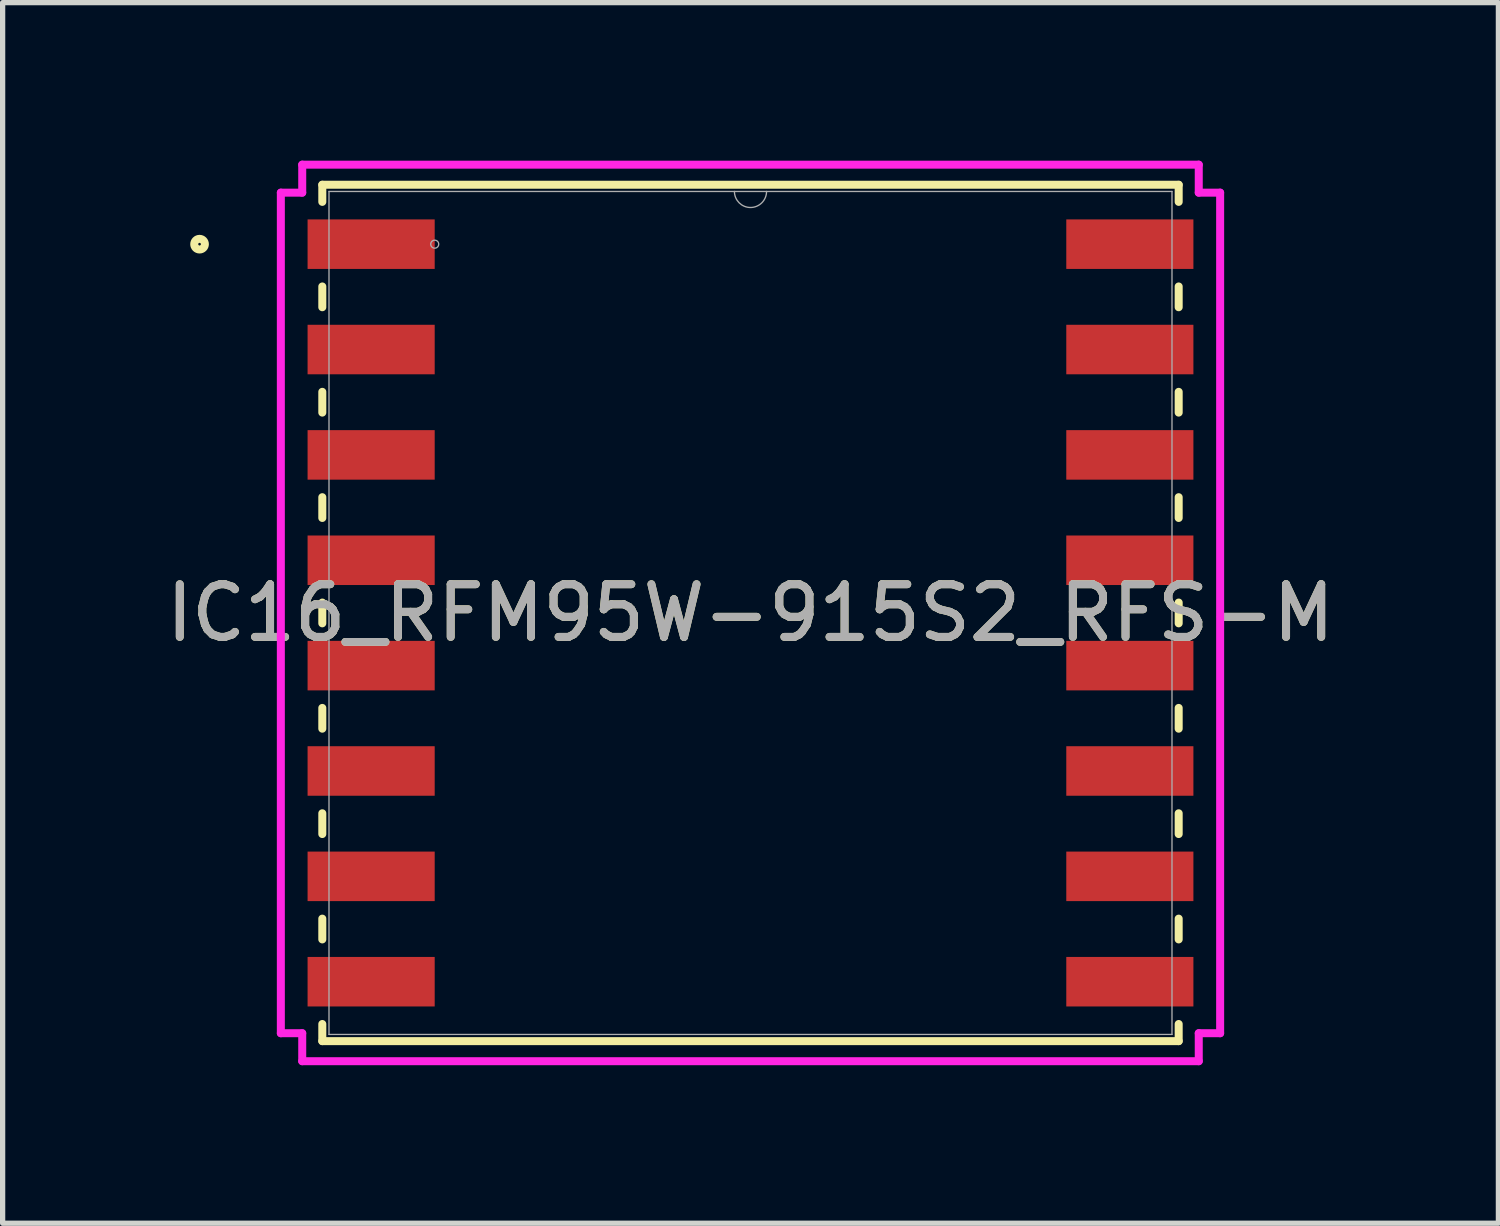
<source format=kicad_pcb>
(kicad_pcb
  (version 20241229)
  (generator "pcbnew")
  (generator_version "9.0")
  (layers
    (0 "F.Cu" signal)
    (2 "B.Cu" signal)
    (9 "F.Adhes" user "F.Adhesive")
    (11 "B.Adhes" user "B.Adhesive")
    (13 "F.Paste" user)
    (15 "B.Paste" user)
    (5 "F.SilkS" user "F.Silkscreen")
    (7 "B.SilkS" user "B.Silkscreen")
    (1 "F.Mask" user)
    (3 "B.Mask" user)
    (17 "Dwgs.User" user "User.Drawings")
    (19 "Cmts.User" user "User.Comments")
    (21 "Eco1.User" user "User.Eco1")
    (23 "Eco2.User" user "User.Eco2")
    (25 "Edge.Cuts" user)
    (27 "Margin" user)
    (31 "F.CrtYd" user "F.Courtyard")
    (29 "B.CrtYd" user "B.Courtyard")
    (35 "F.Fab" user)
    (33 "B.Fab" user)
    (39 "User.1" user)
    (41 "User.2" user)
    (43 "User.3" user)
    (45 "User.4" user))
  (footprint "IC16_RFM95W-915S2_RFS-M"
    (layer "F.Cu")
    (at 11.196 8.585)
    (property "Reference" "IC16_RFM95W-915S2_RFS-M" (at 0 0 0) (unlocked yes) (layer "F.SilkS") (effects (font (size 1 1) (thickness 0.15))))
    (attr smd)
    (fp_line (start -8.128 -8.128) (end -8.128 -7.803) (stroke (width 0.152) (type solid)) (layer "F.SilkS"))
    (fp_line (start -8.128 -6.197) (end -8.128 -5.803) (stroke (width 0.152) (type solid)) (layer "F.SilkS"))
    (fp_line (start -8.128 -4.197) (end -8.128 -3.803) (stroke (width 0.152) (type solid)) (layer "F.SilkS"))
    (fp_line (start -8.128 -2.197) (end -8.128 -1.803) (stroke (width 0.152) (type solid)) (layer "F.SilkS"))
    (fp_line (start -8.128 -0.197) (end -8.128 0.197) (stroke (width 0.152) (type solid)) (layer "F.SilkS"))
    (fp_line (start -8.128 1.803) (end -8.128 2.197) (stroke (width 0.152) (type solid)) (layer "F.SilkS"))
    (fp_line (start -8.128 3.803) (end -8.128 4.197) (stroke (width 0.152) (type solid)) (layer "F.SilkS"))
    (fp_line (start -8.128 5.803) (end -8.128 6.197) (stroke (width 0.152) (type solid)) (layer "F.SilkS"))
    (fp_line (start -8.128 7.803) (end -8.128 8.128) (stroke (width 0.152) (type solid)) (layer "F.SilkS"))
    (fp_line (start -8.128 8.128) (end 8.128 8.128) (stroke (width 0.152) (type solid)) (layer "F.SilkS"))
    (fp_line (start 8.128 -8.128) (end -8.128 -8.128) (stroke (width 0.152) (type solid)) (layer "F.SilkS"))
    (fp_line (start 8.128 -7.803) (end 8.128 -8.128) (stroke (width 0.152) (type solid)) (layer "F.SilkS"))
    (fp_line (start 8.128 -5.803) (end 8.128 -6.197) (stroke (width 0.152) (type solid)) (layer "F.SilkS"))
    (fp_line (start 8.128 -3.803) (end 8.128 -4.197) (stroke (width 0.152) (type solid)) (layer "F.SilkS"))
    (fp_line (start 8.128 -1.803) (end 8.128 -2.197) (stroke (width 0.152) (type solid)) (layer "F.SilkS"))
    (fp_line (start 8.128 0.197) (end 8.128 -0.197) (stroke (width 0.152) (type solid)) (layer "F.SilkS"))
    (fp_line (start 8.128 2.197) (end 8.128 1.803) (stroke (width 0.152) (type solid)) (layer "F.SilkS"))
    (fp_line (start 8.128 4.197) (end 8.128 3.803) (stroke (width 0.152) (type solid)) (layer "F.SilkS"))
    (fp_line (start 8.128 6.197) (end 8.128 5.803) (stroke (width 0.152) (type solid)) (layer "F.SilkS"))
    (fp_line (start 8.128 8.128) (end 8.128 7.803) (stroke (width 0.152) (type solid)) (layer "F.SilkS"))
    (fp_circle (center -10.458 -7) (end -10.357 -7) (stroke (width 0.152) (type solid)) (fill no) (layer "F.SilkS"))
    (fp_line (start -8.915 -7.978) (end -8.509 -7.978) (stroke (width 0.152) (type solid)) (layer "F.CrtYd"))
    (fp_line (start -8.915 7.978) (end -8.915 -7.978) (stroke (width 0.152) (type solid)) (layer "F.CrtYd"))
    (fp_line (start -8.915 7.978) (end -8.509 7.978) (stroke (width 0.152) (type solid)) (layer "F.CrtYd"))
    (fp_line (start -8.509 -8.509) (end 8.509 -8.509) (stroke (width 0.152) (type solid)) (layer "F.CrtYd"))
    (fp_line (start -8.509 -7.978) (end -8.509 -8.509) (stroke (width 0.152) (type solid)) (layer "F.CrtYd"))
    (fp_line (start -8.509 8.509) (end -8.509 7.978) (stroke (width 0.152) (type solid)) (layer "F.CrtYd"))
    (fp_line (start 8.509 -8.509) (end 8.509 -7.978) (stroke (width 0.152) (type solid)) (layer "F.CrtYd"))
    (fp_line (start 8.509 7.978) (end 8.509 8.509) (stroke (width 0.152) (type solid)) (layer "F.CrtYd"))
    (fp_line (start 8.509 8.509) (end -8.509 8.509) (stroke (width 0.152) (type solid)) (layer "F.CrtYd"))
    (fp_line (start 8.915 -7.978) (end 8.509 -7.978) (stroke (width 0.152) (type solid)) (layer "F.CrtYd"))
    (fp_line (start 8.915 -7.978) (end 8.915 7.978) (stroke (width 0.152) (type solid)) (layer "F.CrtYd"))
    (fp_line (start 8.915 7.978) (end 8.509 7.978) (stroke (width 0.152) (type solid)) (layer "F.CrtYd"))
    (fp_line (start -8.001 -8.001) (end -8.001 8.001) (stroke (width 0.025) (type solid)) (layer "F.Fab"))
    (fp_line (start -8.001 8.001) (end 8.001 8.001) (stroke (width 0.025) (type solid)) (layer "F.Fab"))
    (fp_line (start 8.001 -8.001) (end -8.001 -8.001) (stroke (width 0.025) (type solid)) (layer "F.Fab"))
    (fp_line (start 8.001 8.001) (end 8.001 -8.001) (stroke (width 0.025) (type solid)) (layer "F.Fab"))
    (fp_arc (start 0.3048 -8.001) (mid 0 -7.6962) (end -0.3048 -8.001) (stroke (width 0.0254) (type solid)) (layer "F.Fab"))
    (fp_circle (center -5.994 -7) (end -5.918 -7) (stroke (width 0.025) (type solid)) (fill no) (layer "F.Fab"))
    (fp_text user "${REFERENCE}" (at 0 0 0) (unlocked yes) (layer "F.Fab") (effects (font (size 1 1) (thickness 0.15))))
    (pad "1" smd rect (at -7.201 -7) (size 2.413 0.94) (layers "F.Cu" "F.Mask" "F.Paste"))
    (pad "2" smd rect (at -7.201 -5) (size 2.413 0.94) (layers "F.Cu" "F.Mask" "F.Paste"))
    (pad "3" smd rect (at -7.201 -3) (size 2.413 0.94) (layers "F.Cu" "F.Mask" "F.Paste"))
    (pad "4" smd rect (at -7.201 -1) (size 2.413 0.94) (layers "F.Cu" "F.Mask" "F.Paste"))
    (pad "5" smd rect (at -7.201 1) (size 2.413 0.94) (layers "F.Cu" "F.Mask" "F.Paste"))
    (pad "6" smd rect (at -7.201 3) (size 2.413 0.94) (layers "F.Cu" "F.Mask" "F.Paste"))
    (pad "7" smd rect (at -7.201 5) (size 2.413 0.94) (layers "F.Cu" "F.Mask" "F.Paste"))
    (pad "8" smd rect (at -7.201 7) (size 2.413 0.94) (layers "F.Cu" "F.Mask" "F.Paste"))
    (pad "9" smd rect (at 7.201 7) (size 2.413 0.94) (layers "F.Cu" "F.Mask" "F.Paste"))
    (pad "10" smd rect (at 7.201 5) (size 2.413 0.94) (layers "F.Cu" "F.Mask" "F.Paste"))
    (pad "11" smd rect (at 7.201 3) (size 2.413 0.94) (layers "F.Cu" "F.Mask" "F.Paste"))
    (pad "12" smd rect (at 7.201 1) (size 2.413 0.94) (layers "F.Cu" "F.Mask" "F.Paste"))
    (pad "13" smd rect (at 7.201 -1) (size 2.413 0.94) (layers "F.Cu" "F.Mask" "F.Paste"))
    (pad "14" smd rect (at 7.201 -3) (size 2.413 0.94) (layers "F.Cu" "F.Mask" "F.Paste"))
    (pad "15" smd rect (at 7.201 -5) (size 2.413 0.94) (layers "F.Cu" "F.Mask" "F.Paste"))
    (pad "16" smd rect (at 7.201 -7) (size 2.413 0.94) (layers "F.Cu" "F.Mask" "F.Paste")))
  (gr_rect
    (start -3 -3)
    (end 25.393 20.17)
    (stroke (width 0.1) (type default))
    (fill no)
    (layer "Edge.Cuts")))
</source>
